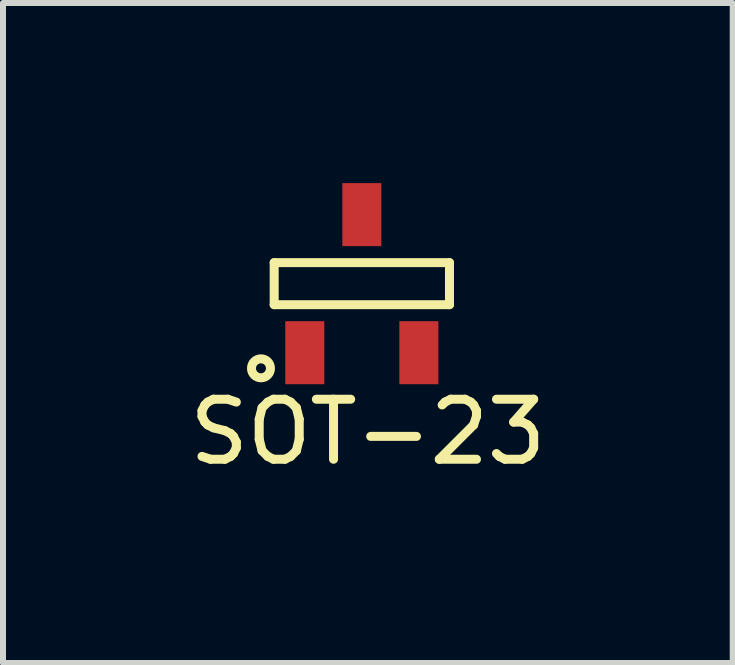
<source format=kicad_pcb>
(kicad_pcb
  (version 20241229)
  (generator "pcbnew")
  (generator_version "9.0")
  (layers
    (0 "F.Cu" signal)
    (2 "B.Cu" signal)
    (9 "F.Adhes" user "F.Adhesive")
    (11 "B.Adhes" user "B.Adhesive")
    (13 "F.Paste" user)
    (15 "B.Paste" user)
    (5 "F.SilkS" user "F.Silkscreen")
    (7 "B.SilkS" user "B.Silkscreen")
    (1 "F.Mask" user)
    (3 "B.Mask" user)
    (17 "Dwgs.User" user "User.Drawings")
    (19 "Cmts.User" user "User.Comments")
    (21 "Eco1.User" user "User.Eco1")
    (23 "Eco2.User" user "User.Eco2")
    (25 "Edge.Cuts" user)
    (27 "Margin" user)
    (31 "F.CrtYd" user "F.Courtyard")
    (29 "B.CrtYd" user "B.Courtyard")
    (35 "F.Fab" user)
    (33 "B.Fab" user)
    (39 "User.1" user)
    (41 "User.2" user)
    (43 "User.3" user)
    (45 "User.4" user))
  (footprint "SOT-23"
    (layer "F.Cu")
    (at 2.977 1.675)
    (property "Reference" "SOT-23" (at 0.1 2.47 0) (layer "F.SilkS") (effects (font (size 1 1) (thickness 0.15))))
    (attr through_hole)
    (fp_line (start -1.46 -0.35) (end -1.46 0.35) (stroke (width 0.15) (type solid)) (layer "F.SilkS"))
    (fp_line (start -1.46 0.35) (end 1.46 0.35) (stroke (width 0.15) (type solid)) (layer "F.SilkS"))
    (fp_line (start 1.46 -0.35) (end -1.46 -0.35) (stroke (width 0.15) (type solid)) (layer "F.SilkS"))
    (fp_line (start 1.46 0.35) (end 1.46 -0.35) (stroke (width 0.15) (type solid)) (layer "F.SilkS"))
    (fp_circle (center -1.68 1.41) (end -1.59 1.54) (stroke (width 0.15) (type solid)) (fill no) (layer "F.SilkS"))
    (pad "1" smd rect (at -0.95 1.15) (size 0.65 1.05) (layers "F.Cu" "F.Mask" "F.Paste"))
    (pad "2" smd rect (at 0.95 1.15) (size 0.65 1.05) (layers "F.Cu" "F.Mask" "F.Paste"))
    (pad "3" smd rect (at 0 -1.15) (size 0.65 1.05) (layers "F.Cu" "F.Mask" "F.Paste")))
  (gr_rect
    (start -3 -3)
    (end 9.155 7.993)
    (stroke (width 0.1) (type default))
    (fill no)
    (layer "Edge.Cuts")))
</source>
